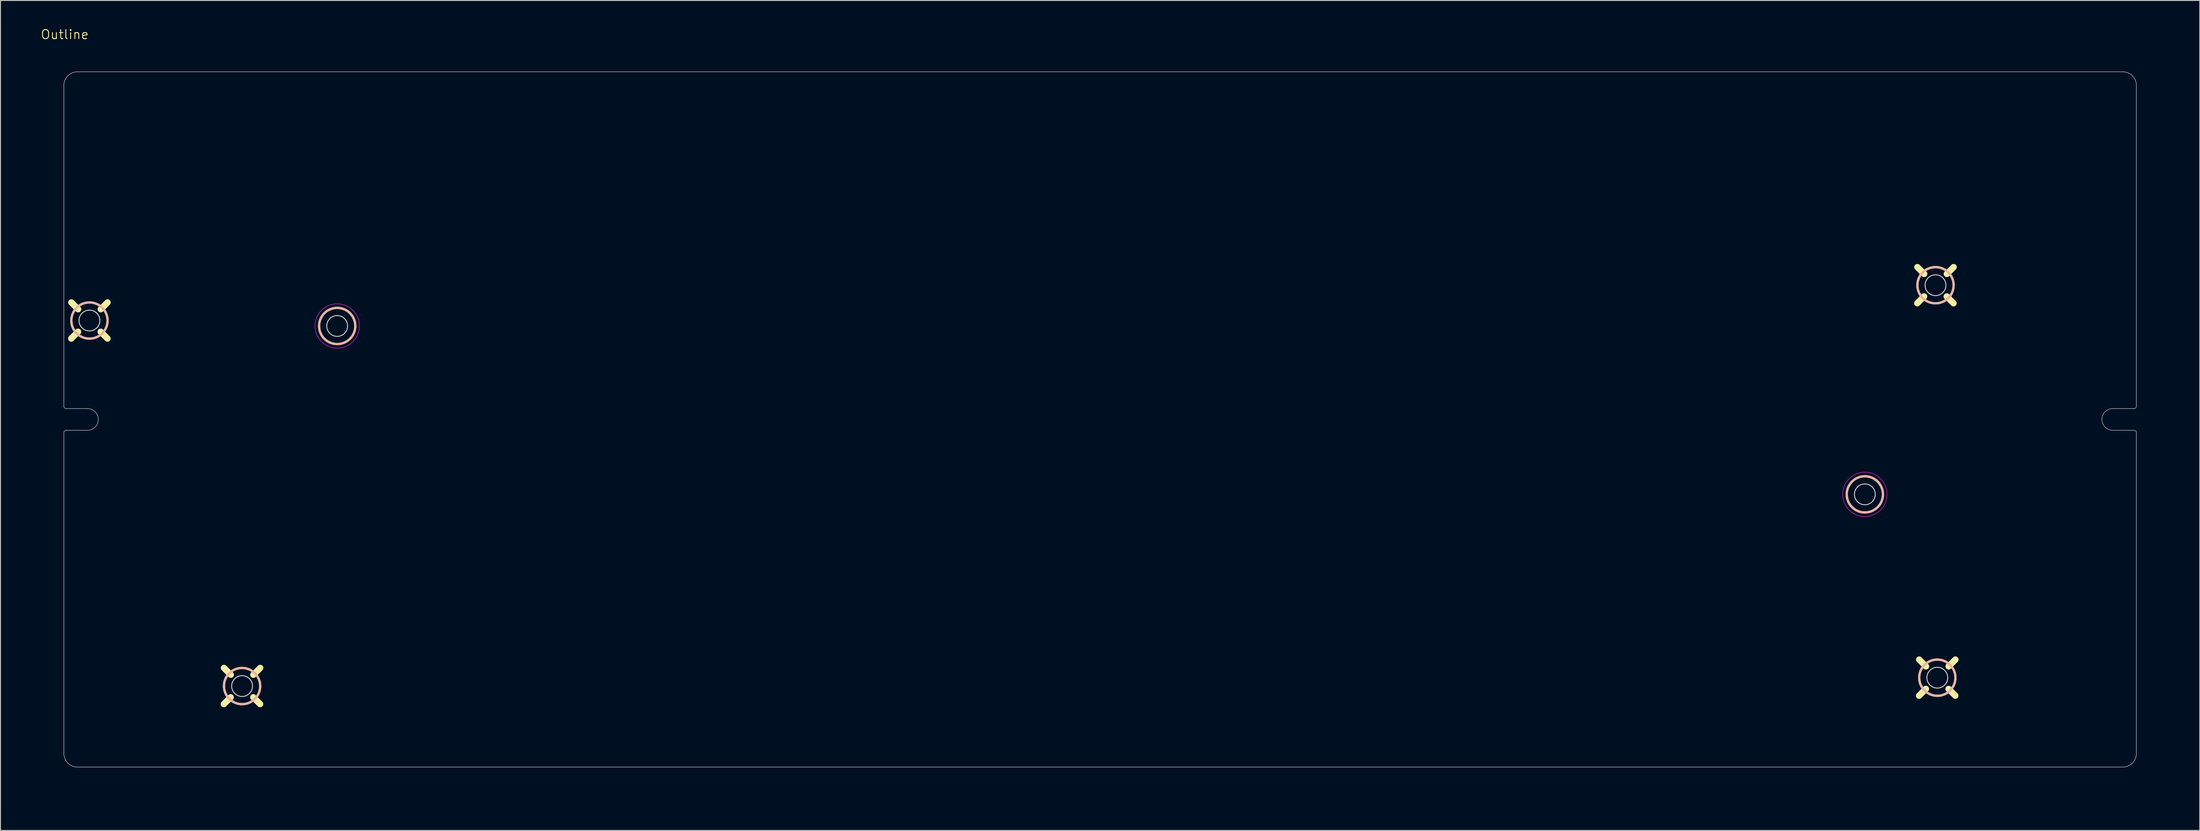
<source format=kicad_pcb>
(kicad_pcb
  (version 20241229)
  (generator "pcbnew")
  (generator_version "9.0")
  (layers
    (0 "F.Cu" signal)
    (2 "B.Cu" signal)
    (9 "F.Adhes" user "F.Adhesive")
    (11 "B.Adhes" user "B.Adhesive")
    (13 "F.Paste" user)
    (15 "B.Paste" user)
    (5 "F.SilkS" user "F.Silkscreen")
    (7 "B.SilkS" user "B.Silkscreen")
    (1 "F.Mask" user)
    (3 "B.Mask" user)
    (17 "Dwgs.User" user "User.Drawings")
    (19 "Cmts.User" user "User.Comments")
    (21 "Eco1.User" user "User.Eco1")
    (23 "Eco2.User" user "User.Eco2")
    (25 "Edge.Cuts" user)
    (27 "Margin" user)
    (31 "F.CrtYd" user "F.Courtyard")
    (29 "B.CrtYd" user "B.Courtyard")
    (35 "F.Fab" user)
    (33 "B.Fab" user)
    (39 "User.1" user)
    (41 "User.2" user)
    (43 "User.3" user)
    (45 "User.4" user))
  (footprint "Outline"
    (layer "F.Cu")
    (at 4.1 5.181)
    (property "Reference" "Outline" (at 0 -4.42 0) (unlocked yes) (layer "F.SilkS") (effects (font (size 1 1) (thickness 0.1))))
    (fp_line (start 1.465 28.415) (end 0.715 29.165) (stroke (width 0.7) (type default)) (layer "F.SilkS"))
    (fp_line (start 1.475 25.925) (end 0.725 25.175) (stroke (width 0.7) (type default)) (layer "F.SilkS"))
    (fp_line (start 3.965 28.415) (end 4.715 29.165) (stroke (width 0.7) (type default)) (layer "F.SilkS"))
    (fp_line (start 3.975 25.925) (end 4.725 25.175) (stroke (width 0.7) (type default)) (layer "F.SilkS"))
    (fp_line (start 18.315 68.79) (end 17.565 69.54) (stroke (width 0.7) (type default)) (layer "F.SilkS"))
    (fp_line (start 18.325 66.3) (end 17.575 65.55) (stroke (width 0.7) (type default)) (layer "F.SilkS"))
    (fp_line (start 20.815 68.79) (end 21.565 69.54) (stroke (width 0.7) (type default)) (layer "F.SilkS"))
    (fp_line (start 20.825 66.3) (end 21.575 65.55) (stroke (width 0.7) (type default)) (layer "F.SilkS"))
    (fp_line (start 205.265 24.515) (end 204.515 25.265) (stroke (width 0.7) (type default)) (layer "F.SilkS"))
    (fp_line (start 205.275 22.025) (end 204.525 21.275) (stroke (width 0.7) (type default)) (layer "F.SilkS"))
    (fp_line (start 205.465 67.865) (end 204.715 68.615) (stroke (width 0.7) (type default)) (layer "F.SilkS"))
    (fp_line (start 205.475 65.375) (end 204.725 64.625) (stroke (width 0.7) (type default)) (layer "F.SilkS"))
    (fp_line (start 207.765 24.515) (end 208.515 25.265) (stroke (width 0.7) (type default)) (layer "F.SilkS"))
    (fp_line (start 207.775 22.025) (end 208.525 21.275) (stroke (width 0.7) (type default)) (layer "F.SilkS"))
    (fp_line (start 207.965 67.865) (end 208.715 68.615) (stroke (width 0.7) (type default)) (layer "F.SilkS"))
    (fp_line (start 207.975 65.375) (end 208.725 64.625) (stroke (width 0.7) (type default)) (layer "F.SilkS"))
    (fp_circle (center 2.725 27.175) (end 4.725 27.175) (stroke (width 0.25) (type solid)) (fill no) (layer "F.SilkS"))
    (fp_circle (center 19.575 67.55) (end 21.575 67.55) (stroke (width 0.25) (type solid)) (fill no) (layer "F.SilkS"))
    (fp_circle (center 30.075 27.775) (end 32.075 27.775) (stroke (width 0.25) (type solid)) (fill no) (layer "F.SilkS"))
    (fp_circle (center 198.725 46.375) (end 200.725 46.375) (stroke (width 0.25) (type solid)) (fill no) (layer "F.SilkS"))
    (fp_circle (center 206.525 23.275) (end 208.525 23.275) (stroke (width 0.25) (type solid)) (fill no) (layer "F.SilkS"))
    (fp_circle (center 206.725 66.625) (end 208.725 66.625) (stroke (width 0.25) (type solid)) (fill no) (layer "F.SilkS"))
    (fp_circle (center 2.725 27.175) (end 4.725 27.175) (stroke (width 0.25) (type solid)) (fill no) (layer "B.SilkS"))
    (fp_circle (center 19.575 67.55) (end 21.575 67.55) (stroke (width 0.25) (type solid)) (fill no) (layer "B.SilkS"))
    (fp_circle (center 30.075 27.775) (end 32.075 27.775) (stroke (width 0.25) (type solid)) (fill no) (layer "B.SilkS"))
    (fp_circle (center 198.725 46.375) (end 200.725 46.375) (stroke (width 0.25) (type solid)) (fill no) (layer "B.SilkS"))
    (fp_circle (center 206.525 23.275) (end 208.525 23.275) (stroke (width 0.25) (type solid)) (fill no) (layer "B.SilkS"))
    (fp_circle (center 206.725 66.625) (end 208.725 66.625) (stroke (width 0.25) (type solid)) (fill no) (layer "B.SilkS"))
    (fp_line (start -0.1 36.65) (end -0.1 1.2) (stroke (width 0.05) (type default)) (layer "Edge.Cuts"))
    (fp_line (start -0.1 75) (end -0.1 39.55) (stroke (width 0.05) (type default)) (layer "Edge.Cuts"))
    (fp_line (start 0.15 39.3) (end 2.5 39.3) (stroke (width 0.05) (type default)) (layer "Edge.Cuts"))
    (fp_line (start 1.4 -0.3) (end 227.2 -0.3) (stroke (width 0.05) (type default)) (layer "Edge.Cuts"))
    (fp_line (start 2.5 36.9) (end 0.15 36.9) (stroke (width 0.05) (type default)) (layer "Edge.Cuts"))
    (fp_line (start 226.1 39.3) (end 228.45 39.3) (stroke (width 0.05) (type default)) (layer "Edge.Cuts"))
    (fp_line (start 227.2 76.5) (end 1.4 76.5) (stroke (width 0.05) (type default)) (layer "Edge.Cuts"))
    (fp_line (start 228.45 36.9) (end 226.1 36.9) (stroke (width 0.05) (type default)) (layer "Edge.Cuts"))
    (fp_line (start 228.7 36.65) (end 228.7 1.2) (stroke (width 0.05) (type default)) (layer "Edge.Cuts"))
    (fp_line (start 228.7 75) (end 228.7 39.55) (stroke (width 0.05) (type default)) (layer "Edge.Cuts"))
    (fp_arc (start -0.1 1.2) (mid 0.33934 0.13934) (end 1.4 -0.3) (stroke (width 0.05) (type default)) (layer "Edge.Cuts"))
    (fp_arc (start -0.1 39.55) (mid -0.026777 39.373223) (end 0.15 39.3) (stroke (width 0.05) (type default)) (layer "Edge.Cuts"))
    (fp_arc (start 0.15 36.9) (mid -0.026777 36.826777) (end -0.1 36.65) (stroke (width 0.05) (type default)) (layer "Edge.Cuts"))
    (fp_arc (start 1.4 76.5) (mid 0.33934 76.06066) (end -0.1 75) (stroke (width 0.05) (type default)) (layer "Edge.Cuts"))
    (fp_arc (start 2.5 36.9) (mid 3.348528 37.251472) (end 3.7 38.1) (stroke (width 0.05) (type default)) (layer "Edge.Cuts"))
    (fp_arc (start 3.7 38.1) (mid 3.348528 38.948528) (end 2.5 39.3) (stroke (width 0.05) (type default)) (layer "Edge.Cuts"))
    (fp_arc (start 224.9 38.1) (mid 225.251472 37.251472) (end 226.1 36.9) (stroke (width 0.05) (type default)) (layer "Edge.Cuts"))
    (fp_arc (start 226.1 39.3) (mid 225.251472 38.948528) (end 224.9 38.1) (stroke (width 0.05) (type default)) (layer "Edge.Cuts"))
    (fp_arc (start 227.2 -0.3) (mid 228.26066 0.13934) (end 228.7 1.2) (stroke (width 0.05) (type default)) (layer "Edge.Cuts"))
    (fp_arc (start 228.45 39.3) (mid 228.626777 39.373223) (end 228.7 39.55) (stroke (width 0.05) (type default)) (layer "Edge.Cuts"))
    (fp_arc (start 228.7 36.65) (mid 228.626777 36.826777) (end 228.45 36.9) (stroke (width 0.05) (type default)) (layer "Edge.Cuts"))
    (fp_arc (start 228.7 75) (mid 228.26066 76.06066) (end 227.2 76.5) (stroke (width 0.05) (type default)) (layer "Edge.Cuts"))
    (fp_circle (center 2.725 27.175) (end 3.875 27.175) (stroke (width 0.1) (type default)) (fill no) (layer "Edge.Cuts"))
    (fp_circle (center 19.575 67.55) (end 20.725 67.55) (stroke (width 0.1) (type default)) (fill no) (layer "Edge.Cuts"))
    (fp_circle (center 30.075 27.775) (end 31.225 27.775) (stroke (width 0.1) (type default)) (fill no) (layer "Edge.Cuts"))
    (fp_circle (center 198.725 46.375) (end 199.875 46.375) (stroke (width 0.1) (type default)) (fill no) (layer "Edge.Cuts"))
    (fp_circle (center 206.525 23.275) (end 207.675 23.275) (stroke (width 0.1) (type default)) (fill no) (layer "Edge.Cuts"))
    (fp_circle (center 206.725 66.625) (end 207.875 66.625) (stroke (width 0.1) (type default)) (fill no) (layer "Edge.Cuts"))
    (fp_circle (center 30.075 27.775) (end 32.525 27.775) (stroke (width 0.05) (type solid)) (fill no) (layer "F.CrtYd"))
    (fp_circle (center 198.725 46.375) (end 201.175 46.375) (stroke (width 0.05) (type solid)) (fill no) (layer "F.CrtYd"))
    (fp_rect (start 0 0) (end 228.6 76.2) (stroke (width 0.05) (type default)) (fill no) (layer "User.3"))
    (dimension (type center) (layer "User.3") (pts (xy 210.625 28.456) (xy 211.8 28.456)) (style (thickness 0.1) (arrow_length 1.27) (text_position_mode 0) (extension_offset 0.5) (keep_text_aligned yes)))
    (dimension (type center) (layer "User.3") (pts (xy 23.675 72.731) (xy 24.85 72.731)) (style (thickness 0.1) (arrow_length 1.27) (text_position_mode 0) (extension_offset 0.5) (keep_text_aligned yes)))
    (dimension (type center) (layer "User.3") (pts (xy 210.825 71.805) (xy 212 71.805)) (style (thickness 0.1) (arrow_length 1.27) (text_position_mode 0) (extension_offset 0.5) (keep_text_aligned yes)))
    (dimension (type center) (layer "User.3") (pts (xy 34.175 32.956) (xy 35.325 32.956)) (style (thickness 0.1) (arrow_length 1.27) (text_position_mode 0) (extension_offset 0.5) (keep_text_aligned yes)))
    (dimension (type center) (layer "User.3") (pts (xy 6.825 32.355) (xy 8 32.355)) (style (thickness 0.1) (arrow_length 1.27) (text_position_mode 0) (extension_offset 0.5) (keep_text_aligned yes)))
    (dimension (type center) (layer "User.3") (pts (xy 202.825 51.556) (xy 204 51.556)) (style (thickness 0.1) (arrow_length 1.27) (text_position_mode 0) (extension_offset 0.5) (keep_text_aligned yes)))
    (zone (net_name "") (layers "F.Cu" "B.Cu") (hatch edge 0.5) (connect_pads) (min_thickness 0.25) (filled_areas_thickness no) (keepout (tracks not_allowed) (vias not_allowed) (pads not_allowed) (copperpour not_allowed) (footprints not_allowed)) (placement (enabled no)) (fill) (polygon (pts (xy 9.625 32.355) (xy 9.606 32.03) (xy 9.55 31.71) (xy 9.456 31.398) (xy 9.327 31.099) (xy 9.164 30.817) (xy 8.97 30.556) (xy 8.746 30.319) (xy 8.497 30.11) (xy 8.225 29.931) (xy 7.934 29.784) (xy 7.628 29.673) (xy 7.311 29.598) (xy 6.988 29.56) (xy 6.662 29.56) (xy 6.339 29.598) (xy 6.022 29.673) (xy 5.716 29.784) (xy 5.425 29.931) (xy 5.153 30.11) (xy 4.904 30.319) (xy 4.68 30.556) (xy 4.486 30.817) (xy 4.323 31.099) (xy 4.194 31.398) (xy 4.1 31.71) (xy 4.044 32.03) (xy 4.025 32.355) (xy 4.044 32.681) (xy 4.1 33.001) (xy 4.194 33.313) (xy 4.323 33.612) (xy 4.486 33.894) (xy 4.68 34.155) (xy 4.904 34.392) (xy 5.153 34.601) (xy 5.425 34.78) (xy 5.716 34.927) (xy 6.022 35.038) (xy 6.339 35.113) (xy 6.662 35.151) (xy 6.988 35.151) (xy 7.311 35.113) (xy 7.628 35.038) (xy 7.934 34.927) (xy 8.225 34.78) (xy 8.497 34.601) (xy 8.746 34.392) (xy 8.97 34.155) (xy 9.164 33.894) (xy 9.327 33.612) (xy 9.456 33.313) (xy 9.55 33.001) (xy 9.606 32.681))))
    (zone (net_name "") (layers "F.Cu" "B.Cu") (hatch edge 0.5) (connect_pads) (min_thickness 0.25) (filled_areas_thickness no) (keepout (tracks not_allowed) (vias not_allowed) (pads not_allowed) (copperpour not_allowed) (footprints not_allowed)) (placement (enabled no)) (fill) (polygon (pts (xy 26.475 72.731) (xy 26.456 72.405) (xy 26.4 72.085) (xy 26.306 71.773) (xy 26.177 71.474) (xy 26.014 71.192) (xy 25.82 70.931) (xy 25.596 70.694) (xy 25.347 70.485) (xy 25.075 70.306) (xy 24.784 70.159) (xy 24.478 70.048) (xy 24.161 69.973) (xy 23.838 69.935) (xy 23.512 69.935) (xy 23.189 69.973) (xy 22.872 70.048) (xy 22.566 70.159) (xy 22.275 70.306) (xy 22.003 70.485) (xy 21.754 70.694) (xy 21.53 70.931) (xy 21.336 71.192) (xy 21.173 71.474) (xy 21.044 71.773) (xy 20.95 72.085) (xy 20.894 72.405) (xy 20.875 72.731) (xy 20.894 73.056) (xy 20.95 73.376) (xy 21.044 73.688) (xy 21.173 73.987) (xy 21.336 74.269) (xy 21.53 74.53) (xy 21.754 74.767) (xy 22.003 74.976) (xy 22.275 75.155) (xy 22.566 75.302) (xy 22.872 75.413) (xy 23.189 75.488) (xy 23.512 75.526) (xy 23.838 75.526) (xy 24.161 75.488) (xy 24.478 75.413) (xy 24.784 75.302) (xy 25.075 75.155) (xy 25.347 74.976) (xy 25.596 74.767) (xy 25.82 74.53) (xy 26.014 74.269) (xy 26.177 73.987) (xy 26.306 73.688) (xy 26.4 73.376) (xy 26.456 73.056))))
    (zone (net_name "") (layers "F.Cu" "B.Cu") (hatch edge 0.5) (connect_pads) (min_thickness 0.25) (filled_areas_thickness no) (keepout (tracks not_allowed) (vias not_allowed) (pads not_allowed) (copperpour not_allowed) (footprints not_allowed)) (placement (enabled no)) (fill) (polygon (pts (xy 36.975 32.956) (xy 36.956 32.63) (xy 36.9 32.31) (xy 36.806 31.998) (xy 36.677 31.699) (xy 36.514 31.417) (xy 36.32 31.156) (xy 36.096 30.919) (xy 35.847 30.71) (xy 35.575 30.531) (xy 35.284 30.384) (xy 34.978 30.273) (xy 34.661 30.198) (xy 34.338 30.16) (xy 34.012 30.16) (xy 33.689 30.198) (xy 33.372 30.273) (xy 33.066 30.384) (xy 32.775 30.531) (xy 32.503 30.71) (xy 32.254 30.919) (xy 32.03 31.156) (xy 31.836 31.417) (xy 31.673 31.699) (xy 31.544 31.998) (xy 31.45 32.31) (xy 31.394 32.63) (xy 31.375 32.956) (xy 31.394 33.281) (xy 31.45 33.601) (xy 31.544 33.913) (xy 31.673 34.212) (xy 31.836 34.494) (xy 32.03 34.755) (xy 32.254 34.992) (xy 32.503 35.201) (xy 32.775 35.38) (xy 33.066 35.527) (xy 33.372 35.638) (xy 33.689 35.713) (xy 34.012 35.751) (xy 34.338 35.751) (xy 34.661 35.713) (xy 34.978 35.638) (xy 35.284 35.527) (xy 35.575 35.38) (xy 35.847 35.201) (xy 36.096 34.992) (xy 36.32 34.755) (xy 36.514 34.494) (xy 36.677 34.212) (xy 36.806 33.913) (xy 36.9 33.601) (xy 36.956 33.281))))
    (zone (net_name "") (layers "F.Cu" "B.Cu") (hatch edge 0.5) (connect_pads) (min_thickness 0.25) (filled_areas_thickness no) (keepout (tracks not_allowed) (vias not_allowed) (pads not_allowed) (copperpour not_allowed) (footprints not_allowed)) (placement (enabled no)) (fill) (polygon (pts (xy 205.625 51.556) (xy 205.606 51.23) (xy 205.55 50.91) (xy 205.456 50.598) (xy 205.327 50.299) (xy 205.164 50.017) (xy 204.97 49.756) (xy 204.746 49.519) (xy 204.497 49.31) (xy 204.225 49.131) (xy 203.934 48.984) (xy 203.628 48.873) (xy 203.311 48.798) (xy 202.988 48.76) (xy 202.662 48.76) (xy 202.339 48.798) (xy 202.022 48.873) (xy 201.716 48.984) (xy 201.425 49.131) (xy 201.153 49.31) (xy 200.904 49.519) (xy 200.68 49.756) (xy 200.486 50.017) (xy 200.323 50.299) (xy 200.194 50.598) (xy 200.1 50.91) (xy 200.044 51.23) (xy 200.025 51.556) (xy 200.044 51.881) (xy 200.1 52.201) (xy 200.194 52.513) (xy 200.323 52.812) (xy 200.486 53.094) (xy 200.68 53.355) (xy 200.904 53.592) (xy 201.153 53.801) (xy 201.425 53.98) (xy 201.716 54.127) (xy 202.022 54.238) (xy 202.339 54.313) (xy 202.662 54.351) (xy 202.988 54.351) (xy 203.311 54.313) (xy 203.628 54.238) (xy 203.934 54.127) (xy 204.225 53.98) (xy 204.497 53.801) (xy 204.746 53.592) (xy 204.97 53.355) (xy 205.164 53.094) (xy 205.327 52.812) (xy 205.456 52.513) (xy 205.55 52.201) (xy 205.606 51.881))))
    (zone (net_name "") (layers "F.Cu" "B.Cu") (hatch edge 0.5) (connect_pads) (min_thickness 0.25) (filled_areas_thickness no) (keepout (tracks not_allowed) (vias not_allowed) (pads not_allowed) (copperpour not_allowed) (footprints not_allowed)) (placement (enabled no)) (fill) (polygon (pts (xy 213.425 28.456) (xy 213.406 28.13) (xy 213.35 27.81) (xy 213.256 27.498) (xy 213.127 27.199) (xy 212.964 26.917) (xy 212.77 26.656) (xy 212.546 26.419) (xy 212.297 26.21) (xy 212.025 26.031) (xy 211.734 25.884) (xy 211.428 25.773) (xy 211.111 25.698) (xy 210.788 25.66) (xy 210.462 25.66) (xy 210.139 25.698) (xy 209.822 25.773) (xy 209.516 25.884) (xy 209.225 26.031) (xy 208.953 26.21) (xy 208.704 26.419) (xy 208.48 26.656) (xy 208.286 26.917) (xy 208.123 27.199) (xy 207.994 27.498) (xy 207.9 27.81) (xy 207.844 28.13) (xy 207.825 28.456) (xy 207.844 28.781) (xy 207.9 29.101) (xy 207.994 29.413) (xy 208.123 29.712) (xy 208.286 29.994) (xy 208.48 30.255) (xy 208.704 30.492) (xy 208.953 30.701) (xy 209.225 30.88) (xy 209.516 31.027) (xy 209.822 31.138) (xy 210.139 31.213) (xy 210.462 31.251) (xy 210.788 31.251) (xy 211.111 31.213) (xy 211.428 31.138) (xy 211.734 31.027) (xy 212.025 30.88) (xy 212.297 30.701) (xy 212.546 30.492) (xy 212.77 30.255) (xy 212.964 29.994) (xy 213.127 29.712) (xy 213.256 29.413) (xy 213.35 29.101) (xy 213.406 28.781))))
    (zone (net_name "") (layers "F.Cu" "B.Cu") (hatch edge 0.5) (connect_pads) (min_thickness 0.25) (filled_areas_thickness no) (keepout (tracks not_allowed) (vias not_allowed) (pads not_allowed) (copperpour not_allowed) (footprints not_allowed)) (placement (enabled no)) (fill) (polygon (pts (xy 213.625 71.805) (xy 213.606 71.48) (xy 213.55 71.16) (xy 213.456 70.848) (xy 213.327 70.549) (xy 213.164 70.267) (xy 212.97 70.006) (xy 212.746 69.769) (xy 212.497 69.56) (xy 212.225 69.381) (xy 211.934 69.234) (xy 211.628 69.123) (xy 211.311 69.048) (xy 210.988 69.01) (xy 210.662 69.01) (xy 210.339 69.048) (xy 210.022 69.123) (xy 209.716 69.234) (xy 209.425 69.381) (xy 209.153 69.56) (xy 208.904 69.769) (xy 208.68 70.006) (xy 208.486 70.267) (xy 208.323 70.549) (xy 208.194 70.848) (xy 208.1 71.16) (xy 208.044 71.48) (xy 208.025 71.805) (xy 208.044 72.131) (xy 208.1 72.451) (xy 208.194 72.763) (xy 208.323 73.062) (xy 208.486 73.344) (xy 208.68 73.605) (xy 208.904 73.842) (xy 209.153 74.051) (xy 209.425 74.23) (xy 209.716 74.377) (xy 210.022 74.488) (xy 210.339 74.563) (xy 210.662 74.601) (xy 210.988 74.601) (xy 211.311 74.563) (xy 211.628 74.488) (xy 211.934 74.377) (xy 212.225 74.23) (xy 212.497 74.051) (xy 212.746 73.842) (xy 212.97 73.605) (xy 213.164 73.344) (xy 213.327 73.062) (xy 213.456 72.763) (xy 213.55 72.451) (xy 213.606 72.131))))
    (zone (net_name "") (layers "F.Cu" "B.Cu") (hatch edge 0.5) (connect_pads) (min_thickness 0.25) (filled_areas_thickness no) (keepout (tracks allowed) (vias allowed) (pads allowed) (copperpour not_allowed) (footprints allowed)) (placement (enabled no)) (fill) (polygon (pts (xy 5 40.831) (xy 5.002 40.88) (xy 5.04 40.971) (xy 5.11 41.041) (xy 5.201 41.078) (xy 5.25 41.081) (xy 6.6 41.081) (xy 6.744 41.083) (xy 7.03 41.12) (xy 7.308 41.195) (xy 7.574 41.305) (xy 7.824 41.449) (xy 8.052 41.625) (xy 8.256 41.828) (xy 8.431 42.057) (xy 8.575 42.306) (xy 8.686 42.573) (xy 8.76 42.851) (xy 8.798 43.136) (xy 8.8 43.281) (xy 8.798 43.425) (xy 8.76 43.71) (xy 8.686 43.988) (xy 8.575 44.255) (xy 8.431 44.504) (xy 8.256 44.733) (xy 8.052 44.936) (xy 7.824 45.112) (xy 7.574 45.256) (xy 7.308 45.366) (xy 7.03 45.441) (xy 6.744 45.478) (xy 6.6 45.48) (xy 5.25 45.48) (xy 5.201 45.483) (xy 5.11 45.52) (xy 5.04 45.59) (xy 5.002 45.681) (xy 5 45.73) (xy 5 79.18) (xy 5.002 79.298) (xy 5.039 79.531) (xy 5.112 79.755) (xy 5.219 79.965) (xy 5.358 80.156) (xy 5.524 80.323) (xy 5.715 80.461) (xy 5.925 80.568) (xy 6.149 80.641) (xy 6.382 80.678) (xy 6.5 80.68) (xy 118.4 80.68) (xy 118.4 85.68) (xy 0 85.68) (xy 0 0.88) (xy 118.4 0.88) (xy 118.4 5.88) (xy 6.5 5.88) (xy 6.382 5.883) (xy 6.149 5.92) (xy 5.925 5.993) (xy 5.715 6.1) (xy 5.524 6.238) (xy 5.358 6.405) (xy 5.219 6.596) (xy 5.112 6.806) (xy 5.039 7.03) (xy 5.002 7.263) (xy 5 7.38))))
    (zone (net_name "") (layers "F.Cu" "B.Cu") (hatch edge 0.5) (connect_pads) (min_thickness 0.25) (filled_areas_thickness no) (keepout (tracks allowed) (vias allowed) (pads allowed) (copperpour not_allowed) (footprints allowed)) (placement (enabled no)) (fill) (polygon (pts (xy 231.8 45.73) (xy 231.798 45.681) (xy 231.76 45.59) (xy 231.69 45.52) (xy 231.599 45.483) (xy 231.55 45.48) (xy 230.2 45.48) (xy 230.056 45.478) (xy 229.77 45.441) (xy 229.492 45.366) (xy 229.226 45.256) (xy 228.976 45.112) (xy 228.748 44.936) (xy 228.544 44.733) (xy 228.369 44.504) (xy 228.225 44.255) (xy 228.114 43.988) (xy 228.04 43.71) (xy 228.002 43.425) (xy 228 43.281) (xy 228.002 43.136) (xy 228.04 42.851) (xy 228.114 42.573) (xy 228.225 42.306) (xy 228.369 42.057) (xy 228.544 41.828) (xy 228.748 41.625) (xy 228.976 41.449) (xy 229.226 41.305) (xy 229.492 41.195) (xy 229.77 41.12) (xy 230.056 41.083) (xy 230.2 41.081) (xy 231.55 41.081) (xy 231.599 41.078) (xy 231.69 41.041) (xy 231.76 40.971) (xy 231.798 40.88) (xy 231.8 40.831) (xy 231.8 7.38) (xy 231.798 7.263) (xy 231.761 7.03) (xy 231.688 6.806) (xy 231.581 6.596) (xy 231.442 6.405) (xy 231.276 6.238) (xy 231.085 6.1) (xy 230.875 5.993) (xy 230.651 5.92) (xy 230.418 5.883) (xy 230.3 5.88) (xy 118.4 5.88) (xy 118.4 0.88) (xy 236.8 0.88) (xy 236.8 85.68) (xy 118.4 85.68) (xy 118.4 80.68) (xy 230.3 80.68) (xy 230.418 80.678) (xy 230.651 80.641) (xy 230.875 80.568) (xy 231.085 80.461) (xy 231.276 80.323) (xy 231.442 80.156) (xy 231.581 79.965) (xy 231.688 79.755) (xy 231.761 79.531) (xy 231.798 79.298) (xy 231.8 79.18)))))
  (gr_rect
    (start -3 -3)
    (end 239.8 88.68)
    (stroke (width 0.1) (type default))
    (fill no)
    (layer "Edge.Cuts")))
</source>
